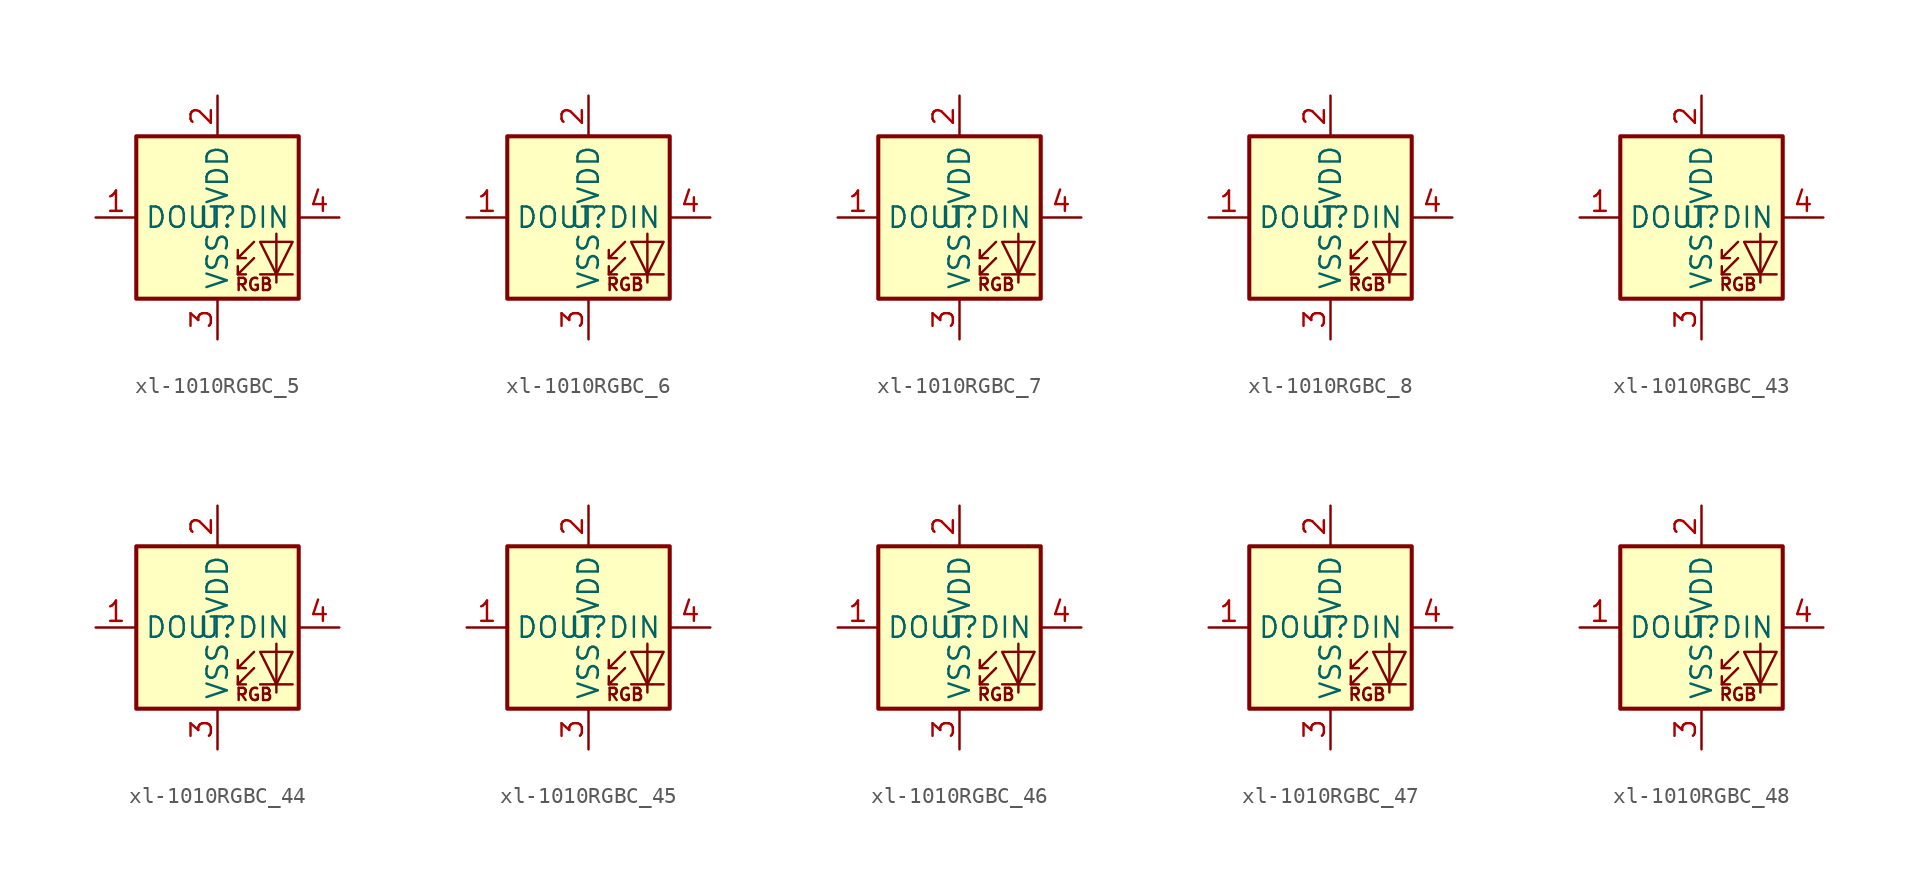
<source format=kicad_sym>
(kicad_symbol_lib
  (version 20231120)
  (generator "kicad_symbol_editor")
  (generator_version "8.0")
  (symbol "xl-1010RGBC_5"
    (property "Reference" "U"
      (at 0 0 0)
      (effects (font (size 1.27 1.27))))
    (property "Value" ""
      (at 0 0 0)
      (effects (font (size 1.27 1.27))))
    (symbol "xl-1010RGBC_5_0_0"
      (text "RGB" (at 2.286 -4.191 0) (effects (font (size 0.762 0.762)))))
    (symbol "xl-1010RGBC_5_0_1"
      (polyline (pts (xy 1.27 -3.556) (xy 1.778 -3.556)) (stroke (width 0) (type default)) (fill (type none)))
      (polyline (pts (xy 1.27 -2.54) (xy 1.778 -2.54)) (stroke (width 0) (type default)) (fill (type none)))
      (polyline (pts (xy 4.699 -3.556) (xy 2.667 -3.556)) (stroke (width 0) (type default)) (fill (type none)))
      (polyline (pts (xy 2.286 -2.54) (xy 1.27 -3.556) (xy 1.27 -3.048)) (stroke (width 0) (type default)) (fill (type none)))
      (polyline (pts (xy 2.286 -1.524) (xy 1.27 -2.54) (xy 1.27 -2.032)) (stroke (width 0) (type default)) (fill (type none)))
      (polyline (pts (xy 3.683 -1.016) (xy 3.683 -3.556) (xy 3.683 -4.064)) (stroke (width 0) (type default)) (fill (type none)))
      (polyline (pts (xy 4.699 -1.524) (xy 2.667 -1.524) (xy 3.683 -3.556) (xy 4.699 -1.524)) (stroke (width 0) (type default)) (fill (type none)))
      (rectangle (start 5.08 5.08) (end -5.08 -5.08) (stroke (width 0.254) (type default)) (fill (type background))))
    (symbol "xl-1010RGBC_5_1_1"
      (pin output line (at -7.62 0 0) (length 2.54) (name "DOUT" (effects (font (size 1.27 1.27)))) (number "1" (effects (font (size 1.27 1.27)))))
      (pin power_in line (at 0 7.62 270) (length 2.54) (name "VDD" (effects (font (size 1.27 1.27)))) (number "2" (effects (font (size 1.27 1.27)))))
      (pin power_in line (at 0 -7.62 90) (length 2.54) (name "VSS" (effects (font (size 1.27 1.27)))) (number "3" (effects (font (size 1.27 1.27)))))
      (pin input line (at 7.62 0 180) (length 2.54) (name "DIN" (effects (font (size 1.27 1.27)))) (number "4" (effects (font (size 1.27 1.27)))))))
  (symbol "xl-1010RGBC_6"
    (property "Reference" "U"
      (at 0 0 0)
      (effects (font (size 1.27 1.27))))
    (property "Value" ""
      (at 0 0 0)
      (effects (font (size 1.27 1.27))))
    (symbol "xl-1010RGBC_6_0_0"
      (text "RGB" (at 2.286 -4.191 0) (effects (font (size 0.762 0.762)))))
    (symbol "xl-1010RGBC_6_0_1"
      (polyline (pts (xy 1.27 -3.556) (xy 1.778 -3.556)) (stroke (width 0) (type default)) (fill (type none)))
      (polyline (pts (xy 1.27 -2.54) (xy 1.778 -2.54)) (stroke (width 0) (type default)) (fill (type none)))
      (polyline (pts (xy 4.699 -3.556) (xy 2.667 -3.556)) (stroke (width 0) (type default)) (fill (type none)))
      (polyline (pts (xy 2.286 -2.54) (xy 1.27 -3.556) (xy 1.27 -3.048)) (stroke (width 0) (type default)) (fill (type none)))
      (polyline (pts (xy 2.286 -1.524) (xy 1.27 -2.54) (xy 1.27 -2.032)) (stroke (width 0) (type default)) (fill (type none)))
      (polyline (pts (xy 3.683 -1.016) (xy 3.683 -3.556) (xy 3.683 -4.064)) (stroke (width 0) (type default)) (fill (type none)))
      (polyline (pts (xy 4.699 -1.524) (xy 2.667 -1.524) (xy 3.683 -3.556) (xy 4.699 -1.524)) (stroke (width 0) (type default)) (fill (type none)))
      (rectangle (start 5.08 5.08) (end -5.08 -5.08) (stroke (width 0.254) (type default)) (fill (type background))))
    (symbol "xl-1010RGBC_6_1_1"
      (pin output line (at -7.62 0 0) (length 2.54) (name "DOUT" (effects (font (size 1.27 1.27)))) (number "1" (effects (font (size 1.27 1.27)))))
      (pin power_in line (at 0 7.62 270) (length 2.54) (name "VDD" (effects (font (size 1.27 1.27)))) (number "2" (effects (font (size 1.27 1.27)))))
      (pin power_in line (at 0 -7.62 90) (length 2.54) (name "VSS" (effects (font (size 1.27 1.27)))) (number "3" (effects (font (size 1.27 1.27)))))
      (pin input line (at 7.62 0 180) (length 2.54) (name "DIN" (effects (font (size 1.27 1.27)))) (number "4" (effects (font (size 1.27 1.27)))))))
  (symbol "xl-1010RGBC_7"
    (property "Reference" "U"
      (at 0 0 0)
      (effects (font (size 1.27 1.27))))
    (property "Value" ""
      (at 0 0 0)
      (effects (font (size 1.27 1.27))))
    (symbol "xl-1010RGBC_7_0_0"
      (text "RGB" (at 2.286 -4.191 0) (effects (font (size 0.762 0.762)))))
    (symbol "xl-1010RGBC_7_0_1"
      (polyline (pts (xy 1.27 -3.556) (xy 1.778 -3.556)) (stroke (width 0) (type default)) (fill (type none)))
      (polyline (pts (xy 1.27 -2.54) (xy 1.778 -2.54)) (stroke (width 0) (type default)) (fill (type none)))
      (polyline (pts (xy 4.699 -3.556) (xy 2.667 -3.556)) (stroke (width 0) (type default)) (fill (type none)))
      (polyline (pts (xy 2.286 -2.54) (xy 1.27 -3.556) (xy 1.27 -3.048)) (stroke (width 0) (type default)) (fill (type none)))
      (polyline (pts (xy 2.286 -1.524) (xy 1.27 -2.54) (xy 1.27 -2.032)) (stroke (width 0) (type default)) (fill (type none)))
      (polyline (pts (xy 3.683 -1.016) (xy 3.683 -3.556) (xy 3.683 -4.064)) (stroke (width 0) (type default)) (fill (type none)))
      (polyline (pts (xy 4.699 -1.524) (xy 2.667 -1.524) (xy 3.683 -3.556) (xy 4.699 -1.524)) (stroke (width 0) (type default)) (fill (type none)))
      (rectangle (start 5.08 5.08) (end -5.08 -5.08) (stroke (width 0.254) (type default)) (fill (type background))))
    (symbol "xl-1010RGBC_7_1_1"
      (pin output line (at -7.62 0 0) (length 2.54) (name "DOUT" (effects (font (size 1.27 1.27)))) (number "1" (effects (font (size 1.27 1.27)))))
      (pin power_in line (at 0 7.62 270) (length 2.54) (name "VDD" (effects (font (size 1.27 1.27)))) (number "2" (effects (font (size 1.27 1.27)))))
      (pin power_in line (at 0 -7.62 90) (length 2.54) (name "VSS" (effects (font (size 1.27 1.27)))) (number "3" (effects (font (size 1.27 1.27)))))
      (pin input line (at 7.62 0 180) (length 2.54) (name "DIN" (effects (font (size 1.27 1.27)))) (number "4" (effects (font (size 1.27 1.27)))))))
  (symbol "xl-1010RGBC_8"
    (property "Reference" "U"
      (at 0 0 0)
      (effects (font (size 1.27 1.27))))
    (property "Value" ""
      (at 0 0 0)
      (effects (font (size 1.27 1.27))))
    (symbol "xl-1010RGBC_8_0_0"
      (text "RGB" (at 2.286 -4.191 0) (effects (font (size 0.762 0.762)))))
    (symbol "xl-1010RGBC_8_0_1"
      (polyline (pts (xy 1.27 -3.556) (xy 1.778 -3.556)) (stroke (width 0) (type default)) (fill (type none)))
      (polyline (pts (xy 1.27 -2.54) (xy 1.778 -2.54)) (stroke (width 0) (type default)) (fill (type none)))
      (polyline (pts (xy 4.699 -3.556) (xy 2.667 -3.556)) (stroke (width 0) (type default)) (fill (type none)))
      (polyline (pts (xy 2.286 -2.54) (xy 1.27 -3.556) (xy 1.27 -3.048)) (stroke (width 0) (type default)) (fill (type none)))
      (polyline (pts (xy 2.286 -1.524) (xy 1.27 -2.54) (xy 1.27 -2.032)) (stroke (width 0) (type default)) (fill (type none)))
      (polyline (pts (xy 3.683 -1.016) (xy 3.683 -3.556) (xy 3.683 -4.064)) (stroke (width 0) (type default)) (fill (type none)))
      (polyline (pts (xy 4.699 -1.524) (xy 2.667 -1.524) (xy 3.683 -3.556) (xy 4.699 -1.524)) (stroke (width 0) (type default)) (fill (type none)))
      (rectangle (start 5.08 5.08) (end -5.08 -5.08) (stroke (width 0.254) (type default)) (fill (type background))))
    (symbol "xl-1010RGBC_8_1_1"
      (pin output line (at -7.62 0 0) (length 2.54) (name "DOUT" (effects (font (size 1.27 1.27)))) (number "1" (effects (font (size 1.27 1.27)))))
      (pin power_in line (at 0 7.62 270) (length 2.54) (name "VDD" (effects (font (size 1.27 1.27)))) (number "2" (effects (font (size 1.27 1.27)))))
      (pin power_in line (at 0 -7.62 90) (length 2.54) (name "VSS" (effects (font (size 1.27 1.27)))) (number "3" (effects (font (size 1.27 1.27)))))
      (pin input line (at 7.62 0 180) (length 2.54) (name "DIN" (effects (font (size 1.27 1.27)))) (number "4" (effects (font (size 1.27 1.27)))))))
  (symbol "xl-1010RGBC_43"
    (property "Reference" "U"
      (at 0 0 0)
      (effects (font (size 1.27 1.27))))
    (property "Value" ""
      (at 0 0 0)
      (effects (font (size 1.27 1.27))))
    (symbol "xl-1010RGBC_43_0_0"
      (text "RGB" (at 2.286 -4.191 0) (effects (font (size 0.762 0.762)))))
    (symbol "xl-1010RGBC_43_0_1"
      (polyline (pts (xy 1.27 -3.556) (xy 1.778 -3.556)) (stroke (width 0) (type default)) (fill (type none)))
      (polyline (pts (xy 1.27 -2.54) (xy 1.778 -2.54)) (stroke (width 0) (type default)) (fill (type none)))
      (polyline (pts (xy 4.699 -3.556) (xy 2.667 -3.556)) (stroke (width 0) (type default)) (fill (type none)))
      (polyline (pts (xy 2.286 -2.54) (xy 1.27 -3.556) (xy 1.27 -3.048)) (stroke (width 0) (type default)) (fill (type none)))
      (polyline (pts (xy 2.286 -1.524) (xy 1.27 -2.54) (xy 1.27 -2.032)) (stroke (width 0) (type default)) (fill (type none)))
      (polyline (pts (xy 3.683 -1.016) (xy 3.683 -3.556) (xy 3.683 -4.064)) (stroke (width 0) (type default)) (fill (type none)))
      (polyline (pts (xy 4.699 -1.524) (xy 2.667 -1.524) (xy 3.683 -3.556) (xy 4.699 -1.524)) (stroke (width 0) (type default)) (fill (type none)))
      (rectangle (start 5.08 5.08) (end -5.08 -5.08) (stroke (width 0.254) (type default)) (fill (type background))))
    (symbol "xl-1010RGBC_43_1_1"
      (pin output line (at -7.62 0 0) (length 2.54) (name "DOUT" (effects (font (size 1.27 1.27)))) (number "1" (effects (font (size 1.27 1.27)))))
      (pin power_in line (at 0 7.62 270) (length 2.54) (name "VDD" (effects (font (size 1.27 1.27)))) (number "2" (effects (font (size 1.27 1.27)))))
      (pin power_in line (at 0 -7.62 90) (length 2.54) (name "VSS" (effects (font (size 1.27 1.27)))) (number "3" (effects (font (size 1.27 1.27)))))
      (pin input line (at 7.62 0 180) (length 2.54) (name "DIN" (effects (font (size 1.27 1.27)))) (number "4" (effects (font (size 1.27 1.27)))))))
  (symbol "xl-1010RGBC_44"
    (property "Reference" "U"
      (at 0 0 0)
      (effects (font (size 1.27 1.27))))
    (property "Value" ""
      (at 0 0 0)
      (effects (font (size 1.27 1.27))))
    (symbol "xl-1010RGBC_44_0_0"
      (text "RGB" (at 2.286 -4.191 0) (effects (font (size 0.762 0.762)))))
    (symbol "xl-1010RGBC_44_0_1"
      (polyline (pts (xy 1.27 -3.556) (xy 1.778 -3.556)) (stroke (width 0) (type default)) (fill (type none)))
      (polyline (pts (xy 1.27 -2.54) (xy 1.778 -2.54)) (stroke (width 0) (type default)) (fill (type none)))
      (polyline (pts (xy 4.699 -3.556) (xy 2.667 -3.556)) (stroke (width 0) (type default)) (fill (type none)))
      (polyline (pts (xy 2.286 -2.54) (xy 1.27 -3.556) (xy 1.27 -3.048)) (stroke (width 0) (type default)) (fill (type none)))
      (polyline (pts (xy 2.286 -1.524) (xy 1.27 -2.54) (xy 1.27 -2.032)) (stroke (width 0) (type default)) (fill (type none)))
      (polyline (pts (xy 3.683 -1.016) (xy 3.683 -3.556) (xy 3.683 -4.064)) (stroke (width 0) (type default)) (fill (type none)))
      (polyline (pts (xy 4.699 -1.524) (xy 2.667 -1.524) (xy 3.683 -3.556) (xy 4.699 -1.524)) (stroke (width 0) (type default)) (fill (type none)))
      (rectangle (start 5.08 5.08) (end -5.08 -5.08) (stroke (width 0.254) (type default)) (fill (type background))))
    (symbol "xl-1010RGBC_44_1_1"
      (pin output line (at -7.62 0 0) (length 2.54) (name "DOUT" (effects (font (size 1.27 1.27)))) (number "1" (effects (font (size 1.27 1.27)))))
      (pin power_in line (at 0 7.62 270) (length 2.54) (name "VDD" (effects (font (size 1.27 1.27)))) (number "2" (effects (font (size 1.27 1.27)))))
      (pin power_in line (at 0 -7.62 90) (length 2.54) (name "VSS" (effects (font (size 1.27 1.27)))) (number "3" (effects (font (size 1.27 1.27)))))
      (pin input line (at 7.62 0 180) (length 2.54) (name "DIN" (effects (font (size 1.27 1.27)))) (number "4" (effects (font (size 1.27 1.27)))))))
  (symbol "xl-1010RGBC_45"
    (property "Reference" "U"
      (at 0 0 0)
      (effects (font (size 1.27 1.27))))
    (property "Value" ""
      (at 0 0 0)
      (effects (font (size 1.27 1.27))))
    (symbol "xl-1010RGBC_45_0_0"
      (text "RGB" (at 2.286 -4.191 0) (effects (font (size 0.762 0.762)))))
    (symbol "xl-1010RGBC_45_0_1"
      (polyline (pts (xy 1.27 -3.556) (xy 1.778 -3.556)) (stroke (width 0) (type default)) (fill (type none)))
      (polyline (pts (xy 1.27 -2.54) (xy 1.778 -2.54)) (stroke (width 0) (type default)) (fill (type none)))
      (polyline (pts (xy 4.699 -3.556) (xy 2.667 -3.556)) (stroke (width 0) (type default)) (fill (type none)))
      (polyline (pts (xy 2.286 -2.54) (xy 1.27 -3.556) (xy 1.27 -3.048)) (stroke (width 0) (type default)) (fill (type none)))
      (polyline (pts (xy 2.286 -1.524) (xy 1.27 -2.54) (xy 1.27 -2.032)) (stroke (width 0) (type default)) (fill (type none)))
      (polyline (pts (xy 3.683 -1.016) (xy 3.683 -3.556) (xy 3.683 -4.064)) (stroke (width 0) (type default)) (fill (type none)))
      (polyline (pts (xy 4.699 -1.524) (xy 2.667 -1.524) (xy 3.683 -3.556) (xy 4.699 -1.524)) (stroke (width 0) (type default)) (fill (type none)))
      (rectangle (start 5.08 5.08) (end -5.08 -5.08) (stroke (width 0.254) (type default)) (fill (type background))))
    (symbol "xl-1010RGBC_45_1_1"
      (pin output line (at -7.62 0 0) (length 2.54) (name "DOUT" (effects (font (size 1.27 1.27)))) (number "1" (effects (font (size 1.27 1.27)))))
      (pin power_in line (at 0 7.62 270) (length 2.54) (name "VDD" (effects (font (size 1.27 1.27)))) (number "2" (effects (font (size 1.27 1.27)))))
      (pin power_in line (at 0 -7.62 90) (length 2.54) (name "VSS" (effects (font (size 1.27 1.27)))) (number "3" (effects (font (size 1.27 1.27)))))
      (pin input line (at 7.62 0 180) (length 2.54) (name "DIN" (effects (font (size 1.27 1.27)))) (number "4" (effects (font (size 1.27 1.27)))))))
  (symbol "xl-1010RGBC_46"
    (property "Reference" "U"
      (at 0 0 0)
      (effects (font (size 1.27 1.27))))
    (property "Value" ""
      (at 0 0 0)
      (effects (font (size 1.27 1.27))))
    (symbol "xl-1010RGBC_46_0_0"
      (text "RGB" (at 2.286 -4.191 0) (effects (font (size 0.762 0.762)))))
    (symbol "xl-1010RGBC_46_0_1"
      (polyline (pts (xy 1.27 -3.556) (xy 1.778 -3.556)) (stroke (width 0) (type default)) (fill (type none)))
      (polyline (pts (xy 1.27 -2.54) (xy 1.778 -2.54)) (stroke (width 0) (type default)) (fill (type none)))
      (polyline (pts (xy 4.699 -3.556) (xy 2.667 -3.556)) (stroke (width 0) (type default)) (fill (type none)))
      (polyline (pts (xy 2.286 -2.54) (xy 1.27 -3.556) (xy 1.27 -3.048)) (stroke (width 0) (type default)) (fill (type none)))
      (polyline (pts (xy 2.286 -1.524) (xy 1.27 -2.54) (xy 1.27 -2.032)) (stroke (width 0) (type default)) (fill (type none)))
      (polyline (pts (xy 3.683 -1.016) (xy 3.683 -3.556) (xy 3.683 -4.064)) (stroke (width 0) (type default)) (fill (type none)))
      (polyline (pts (xy 4.699 -1.524) (xy 2.667 -1.524) (xy 3.683 -3.556) (xy 4.699 -1.524)) (stroke (width 0) (type default)) (fill (type none)))
      (rectangle (start 5.08 5.08) (end -5.08 -5.08) (stroke (width 0.254) (type default)) (fill (type background))))
    (symbol "xl-1010RGBC_46_1_1"
      (pin output line (at -7.62 0 0) (length 2.54) (name "DOUT" (effects (font (size 1.27 1.27)))) (number "1" (effects (font (size 1.27 1.27)))))
      (pin power_in line (at 0 7.62 270) (length 2.54) (name "VDD" (effects (font (size 1.27 1.27)))) (number "2" (effects (font (size 1.27 1.27)))))
      (pin power_in line (at 0 -7.62 90) (length 2.54) (name "VSS" (effects (font (size 1.27 1.27)))) (number "3" (effects (font (size 1.27 1.27)))))
      (pin input line (at 7.62 0 180) (length 2.54) (name "DIN" (effects (font (size 1.27 1.27)))) (number "4" (effects (font (size 1.27 1.27)))))))
  (symbol "xl-1010RGBC_47"
    (property "Reference" "U"
      (at 0 0 0)
      (effects (font (size 1.27 1.27))))
    (property "Value" ""
      (at 0 0 0)
      (effects (font (size 1.27 1.27))))
    (symbol "xl-1010RGBC_47_0_0"
      (text "RGB" (at 2.286 -4.191 0) (effects (font (size 0.762 0.762)))))
    (symbol "xl-1010RGBC_47_0_1"
      (polyline (pts (xy 1.27 -3.556) (xy 1.778 -3.556)) (stroke (width 0) (type default)) (fill (type none)))
      (polyline (pts (xy 1.27 -2.54) (xy 1.778 -2.54)) (stroke (width 0) (type default)) (fill (type none)))
      (polyline (pts (xy 4.699 -3.556) (xy 2.667 -3.556)) (stroke (width 0) (type default)) (fill (type none)))
      (polyline (pts (xy 2.286 -2.54) (xy 1.27 -3.556) (xy 1.27 -3.048)) (stroke (width 0) (type default)) (fill (type none)))
      (polyline (pts (xy 2.286 -1.524) (xy 1.27 -2.54) (xy 1.27 -2.032)) (stroke (width 0) (type default)) (fill (type none)))
      (polyline (pts (xy 3.683 -1.016) (xy 3.683 -3.556) (xy 3.683 -4.064)) (stroke (width 0) (type default)) (fill (type none)))
      (polyline (pts (xy 4.699 -1.524) (xy 2.667 -1.524) (xy 3.683 -3.556) (xy 4.699 -1.524)) (stroke (width 0) (type default)) (fill (type none)))
      (rectangle (start 5.08 5.08) (end -5.08 -5.08) (stroke (width 0.254) (type default)) (fill (type background))))
    (symbol "xl-1010RGBC_47_1_1"
      (pin output line (at -7.62 0 0) (length 2.54) (name "DOUT" (effects (font (size 1.27 1.27)))) (number "1" (effects (font (size 1.27 1.27)))))
      (pin power_in line (at 0 7.62 270) (length 2.54) (name "VDD" (effects (font (size 1.27 1.27)))) (number "2" (effects (font (size 1.27 1.27)))))
      (pin power_in line (at 0 -7.62 90) (length 2.54) (name "VSS" (effects (font (size 1.27 1.27)))) (number "3" (effects (font (size 1.27 1.27)))))
      (pin input line (at 7.62 0 180) (length 2.54) (name "DIN" (effects (font (size 1.27 1.27)))) (number "4" (effects (font (size 1.27 1.27)))))))
  (symbol "xl-1010RGBC_48"
    (property "Reference" "U"
      (at 0 0 0)
      (effects (font (size 1.27 1.27))))
    (property "Value" ""
      (at 0 0 0)
      (effects (font (size 1.27 1.27))))
    (symbol "xl-1010RGBC_48_0_0"
      (text "RGB" (at 2.286 -4.191 0) (effects (font (size 0.762 0.762)))))
    (symbol "xl-1010RGBC_48_0_1"
      (polyline (pts (xy 1.27 -3.556) (xy 1.778 -3.556)) (stroke (width 0) (type default)) (fill (type none)))
      (polyline (pts (xy 1.27 -2.54) (xy 1.778 -2.54)) (stroke (width 0) (type default)) (fill (type none)))
      (polyline (pts (xy 4.699 -3.556) (xy 2.667 -3.556)) (stroke (width 0) (type default)) (fill (type none)))
      (polyline (pts (xy 2.286 -2.54) (xy 1.27 -3.556) (xy 1.27 -3.048)) (stroke (width 0) (type default)) (fill (type none)))
      (polyline (pts (xy 2.286 -1.524) (xy 1.27 -2.54) (xy 1.27 -2.032)) (stroke (width 0) (type default)) (fill (type none)))
      (polyline (pts (xy 3.683 -1.016) (xy 3.683 -3.556) (xy 3.683 -4.064)) (stroke (width 0) (type default)) (fill (type none)))
      (polyline (pts (xy 4.699 -1.524) (xy 2.667 -1.524) (xy 3.683 -3.556) (xy 4.699 -1.524)) (stroke (width 0) (type default)) (fill (type none)))
      (rectangle (start 5.08 5.08) (end -5.08 -5.08) (stroke (width 0.254) (type default)) (fill (type background))))
    (symbol "xl-1010RGBC_48_1_1"
      (pin output line (at -7.62 0 0) (length 2.54) (name "DOUT" (effects (font (size 1.27 1.27)))) (number "1" (effects (font (size 1.27 1.27)))))
      (pin power_in line (at 0 7.62 270) (length 2.54) (name "VDD" (effects (font (size 1.27 1.27)))) (number "2" (effects (font (size 1.27 1.27)))))
      (pin power_in line (at 0 -7.62 90) (length 2.54) (name "VSS" (effects (font (size 1.27 1.27)))) (number "3" (effects (font (size 1.27 1.27)))))
      (pin input line (at 7.62 0 180) (length 2.54) (name "DIN" (effects (font (size 1.27 1.27)))) (number "4" (effects (font (size 1.27 1.27))))))))
</source>
